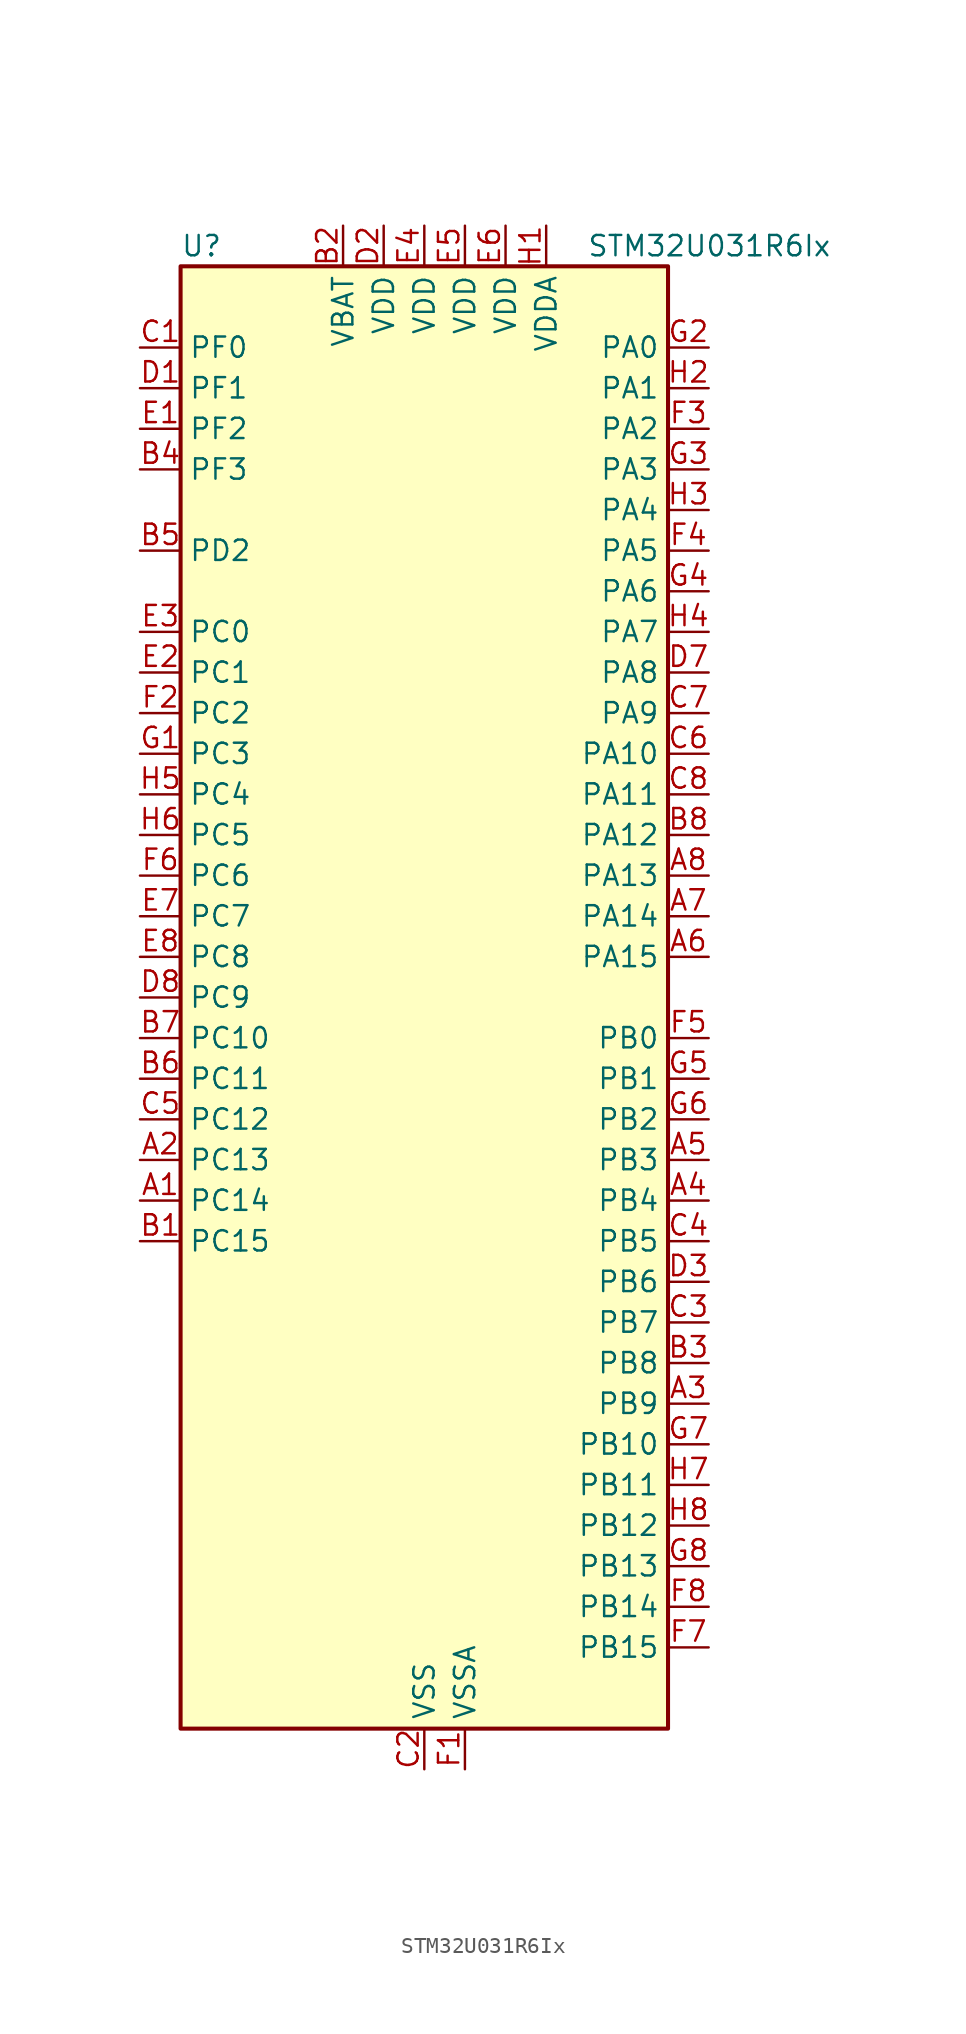
<source format=kicad_sym>
(kicad_symbol_lib
  (version 20241209)
  (generator "kicad_symbol_editor")
  (generator_version "9.0")
  (symbol "STM32U031R6Ix"
    (property "Reference" "U"
      (at -15.24 46.99 0)
      (effects (font (size 1.27 1.27)) (justify left)))
    (property "Value" "STM32U031R6Ix"
      (at 10.16 46.99 0)
      (effects (font (size 1.27 1.27)) (justify left)))
    (symbol "STM32U031R6Ix_0_1"
      (rectangle (start -15.24 -45.72) (end 15.24 45.72) (stroke (width 0.254) (type default)) (fill (type background))))
    (symbol "STM32U031R6Ix_1_1"
      (pin bidirectional line (at -17.78 40.64 0) (length 2.54) (name "PF0" (effects (font (size 1.27 1.27)))) (number "C1" (effects (font (size 1.27 1.27)))) (alternate "RCC_OSC_IN" bidirectional line))
      (pin bidirectional line (at -17.78 38.1 0) (length 2.54) (name "PF1" (effects (font (size 1.27 1.27)))) (number "D1" (effects (font (size 1.27 1.27)))) (alternate "RCC_OSC_EN" bidirectional line) (alternate "RCC_OSC_OUT" bidirectional line))
      (pin bidirectional line (at -17.78 35.56 0) (length 2.54) (name "PF2" (effects (font (size 1.27 1.27)))) (number "E1" (effects (font (size 1.27 1.27)))) (alternate "RCC_MCO" bidirectional line))
      (pin bidirectional line (at -17.78 33.02 0) (length 2.54) (name "PF3" (effects (font (size 1.27 1.27)))) (number "B4" (effects (font (size 1.27 1.27)))))
      (pin bidirectional line (at -17.78 27.94 0) (length 2.54) (name "PD2" (effects (font (size 1.27 1.27)))) (number "B5" (effects (font (size 1.27 1.27)))) (alternate "TIM3_ETR" bidirectional line) (alternate "TSC_SYNC" bidirectional line) (alternate "USART3_DE" bidirectional line) (alternate "USART3_RTS" bidirectional line))
      (pin bidirectional line (at -17.78 22.86 0) (length 2.54) (name "PC0" (effects (font (size 1.27 1.27)))) (number "E3" (effects (font (size 1.27 1.27)))) (alternate "ADC1_IN0" bidirectional line) (alternate "I2C3_SCL" bidirectional line) (alternate "LPTIM1_IN1" bidirectional line) (alternate "LPTIM2_IN1" bidirectional line) (alternate "LPUART1_RX" bidirectional line) (alternate "LPUART2_TX" bidirectional line))
      (pin bidirectional line (at -17.78 20.32 0) (length 2.54) (name "PC1" (effects (font (size 1.27 1.27)))) (number "E2" (effects (font (size 1.27 1.27)))) (alternate "ADC1_IN1" bidirectional line) (alternate "I2C3_SDA" bidirectional line) (alternate "LPTIM1_CH1" bidirectional line) (alternate "LPUART1_TX" bidirectional line) (alternate "LPUART2_RX" bidirectional line))
      (pin bidirectional line (at -17.78 17.78 0) (length 2.54) (name "PC2" (effects (font (size 1.27 1.27)))) (number "F2" (effects (font (size 1.27 1.27)))) (alternate "ADC1_IN2" bidirectional line) (alternate "LPTIM1_IN2" bidirectional line) (alternate "RCC_MCO2" bidirectional line) (alternate "SPI2_MISO" bidirectional line))
      (pin bidirectional line (at -17.78 15.24 0) (length 2.54) (name "PC3" (effects (font (size 1.27 1.27)))) (number "G1" (effects (font (size 1.27 1.27)))) (alternate "ADC1_IN3" bidirectional line) (alternate "LPTIM1_ETR" bidirectional line) (alternate "LPTIM2_ETR" bidirectional line) (alternate "SPI2_MOSI" bidirectional line) (alternate "USART4_CK" bidirectional line))
      (pin bidirectional line (at -17.78 12.7 0) (length 2.54) (name "PC4" (effects (font (size 1.27 1.27)))) (number "H5" (effects (font (size 1.27 1.27)))) (alternate "ADC1_IN15" bidirectional line) (alternate "COMP1_INM" bidirectional line) (alternate "USART3_TX" bidirectional line))
      (pin bidirectional line (at -17.78 10.16 0) (length 2.54) (name "PC5" (effects (font (size 1.27 1.27)))) (number "H6" (effects (font (size 1.27 1.27)))) (alternate "ADC1_IN16" bidirectional line) (alternate "COMP1_INP" bidirectional line) (alternate "PWR_WKUP5" bidirectional line) (alternate "TAMP_IN4" bidirectional line) (alternate "USART3_RX" bidirectional line))
      (pin bidirectional line (at -17.78 7.62 0) (length 2.54) (name "PC6" (effects (font (size 1.27 1.27)))) (number "F6" (effects (font (size 1.27 1.27)))) (alternate "COMP1_INP" bidirectional line) (alternate "LPUART2_TX" bidirectional line) (alternate "TIM3_CH1" bidirectional line) (alternate "TSC_G4_IO1" bidirectional line))
      (pin bidirectional line (at -17.78 5.08 0) (length 2.54) (name "PC7" (effects (font (size 1.27 1.27)))) (number "E7" (effects (font (size 1.27 1.27)))) (alternate "LPTIM2_CH2" bidirectional line) (alternate "LPUART2_RX" bidirectional line) (alternate "TIM3_CH2" bidirectional line) (alternate "TSC_G4_IO2" bidirectional line))
      (pin bidirectional line (at -17.78 2.54 0) (length 2.54) (name "PC8" (effects (font (size 1.27 1.27)))) (number "E8" (effects (font (size 1.27 1.27)))) (alternate "TIM3_CH3" bidirectional line) (alternate "TSC_G4_IO3" bidirectional line))
      (pin bidirectional line (at -17.78 0 0) (length 2.54) (name "PC9" (effects (font (size 1.27 1.27)))) (number "D8" (effects (font (size 1.27 1.27)))) (alternate "DAC1_EXTI9" bidirectional line) (alternate "TIM3_CH4" bidirectional line) (alternate "TSC_G4_IO4" bidirectional line))
      (pin bidirectional line (at -17.78 -2.54 0) (length 2.54) (name "PC10" (effects (font (size 1.27 1.27)))) (number "B7" (effects (font (size 1.27 1.27)))) (alternate "TSC_G3_IO2" bidirectional line) (alternate "USART3_TX" bidirectional line) (alternate "USART4_TX" bidirectional line))
      (pin bidirectional line (at -17.78 -5.08 0) (length 2.54) (name "PC11" (effects (font (size 1.27 1.27)))) (number "B6" (effects (font (size 1.27 1.27)))) (alternate "ADC1_EXTI11" bidirectional line) (alternate "TSC_G3_IO3" bidirectional line) (alternate "USART3_RX" bidirectional line) (alternate "USART4_RX" bidirectional line))
      (pin bidirectional line (at -17.78 -7.62 0) (length 2.54) (name "PC12" (effects (font (size 1.27 1.27)))) (number "C5" (effects (font (size 1.27 1.27)))) (alternate "USART3_CK" bidirectional line) (alternate "USART4_CK" bidirectional line))
      (pin bidirectional line (at -17.78 -10.16 0) (length 2.54) (name "PC13" (effects (font (size 1.27 1.27)))) (number "A2" (effects (font (size 1.27 1.27)))) (alternate "LPTIM1_CH3" bidirectional line) (alternate "PWR_WKUP2" bidirectional line) (alternate "RTC_OUT1" bidirectional line) (alternate "RTC_TS" bidirectional line) (alternate "TAMP_IN1" bidirectional line))
      (pin bidirectional line (at -17.78 -12.7 0) (length 2.54) (name "PC14" (effects (font (size 1.27 1.27)))) (number "A1" (effects (font (size 1.27 1.27)))) (alternate "RCC_OSC32_IN" bidirectional line))
      (pin bidirectional line (at -17.78 -15.24 0) (length 2.54) (name "PC15" (effects (font (size 1.27 1.27)))) (number "B1" (effects (font (size 1.27 1.27)))) (alternate "RCC_OSC32_EN" bidirectional line) (alternate "RCC_OSC32_OUT" bidirectional line) (alternate "RCC_OSC_EN" bidirectional line))
      (pin power_in line (at -5.08 48.26 270) (length 2.54) (name "VBAT" (effects (font (size 1.27 1.27)))) (number "B2" (effects (font (size 1.27 1.27)))))
      (pin power_in line (at -2.54 48.26 270) (length 2.54) (name "VDD" (effects (font (size 1.27 1.27)))) (number "D2" (effects (font (size 1.27 1.27)))))
      (pin power_in line (at 0 48.26 270) (length 2.54) (name "VDD" (effects (font (size 1.27 1.27)))) (number "E4" (effects (font (size 1.27 1.27)))))
      (pin power_in line (at 0 -48.26 90) (length 2.54) (name "VSS" (effects (font (size 1.27 1.27)))) (number "C2" (effects (font (size 1.27 1.27)))))
      (pin passive line (at 0 -48.26 90) (length 2.54) (hide yes) (name "VSS" (effects (font (size 1.27 1.27)))) (number "D4" (effects (font (size 1.27 1.27)))))
      (pin passive line (at 0 -48.26 90) (length 2.54) (hide yes) (name "VSS" (effects (font (size 1.27 1.27)))) (number "D5" (effects (font (size 1.27 1.27)))))
      (pin passive line (at 0 -48.26 90) (length 2.54) (hide yes) (name "VSS" (effects (font (size 1.27 1.27)))) (number "D6" (effects (font (size 1.27 1.27)))))
      (pin power_in line (at 2.54 48.26 270) (length 2.54) (name "VDD" (effects (font (size 1.27 1.27)))) (number "E5" (effects (font (size 1.27 1.27)))))
      (pin power_in line (at 2.54 -48.26 90) (length 2.54) (name "VSSA" (effects (font (size 1.27 1.27)))) (number "F1" (effects (font (size 1.27 1.27)))))
      (pin power_in line (at 5.08 48.26 270) (length 2.54) (name "VDD" (effects (font (size 1.27 1.27)))) (number "E6" (effects (font (size 1.27 1.27)))))
      (pin power_in line (at 7.62 48.26 270) (length 2.54) (name "VDDA" (effects (font (size 1.27 1.27)))) (number "H1" (effects (font (size 1.27 1.27)))))
      (pin bidirectional line (at 17.78 40.64 180) (length 2.54) (name "PA0" (effects (font (size 1.27 1.27)))) (number "G2" (effects (font (size 1.27 1.27)))) (alternate "ADC1_IN4" bidirectional line) (alternate "COMP1_INM" bidirectional line) (alternate "COMP1_OUT" bidirectional line) (alternate "OPAMP1_VINP" bidirectional line) (alternate "PWR_WKUP1" bidirectional line) (alternate "TAMP_IN2" bidirectional line) (alternate "TIM2_CH1" bidirectional line) (alternate "TIM2_ETR" bidirectional line) (alternate "USART2_CTS" bidirectional line) (alternate "USART4_TX" bidirectional line))
      (pin bidirectional line (at 17.78 38.1 180) (length 2.54) (name "PA1" (effects (font (size 1.27 1.27)))) (number "H2" (effects (font (size 1.27 1.27)))) (alternate "ADC1_IN5" bidirectional line) (alternate "COMP1_INP" bidirectional line) (alternate "LPTIM1_CH2" bidirectional line) (alternate "OPAMP1_VINM" bidirectional line) (alternate "PWR_WKUP3" bidirectional line) (alternate "SPI1_SCK" bidirectional line) (alternate "SPI2_SCK" bidirectional line) (alternate "TAMP_IN5" bidirectional line) (alternate "TIM15_CH1N" bidirectional line) (alternate "TIM2_CH2" bidirectional line) (alternate "USART2_DE" bidirectional line) (alternate "USART2_RTS" bidirectional line) (alternate "USART4_RX" bidirectional line))
      (pin bidirectional line (at 17.78 35.56 180) (length 2.54) (name "PA2" (effects (font (size 1.27 1.27)))) (number "F3" (effects (font (size 1.27 1.27)))) (alternate "ADC1_IN6" bidirectional line) (alternate "LPUART1_TX" bidirectional line) (alternate "PWR_WKUP4" bidirectional line) (alternate "RCC_LSCO" bidirectional line) (alternate "TIM15_CH1" bidirectional line) (alternate "TIM2_CH3" bidirectional line) (alternate "USART2_TX" bidirectional line))
      (pin bidirectional line (at 17.78 33.02 180) (length 2.54) (name "PA3" (effects (font (size 1.27 1.27)))) (number "G3" (effects (font (size 1.27 1.27)))) (alternate "ADC1_IN7" bidirectional line) (alternate "LPUART1_RX" bidirectional line) (alternate "OPAMP1_VOUT" bidirectional line) (alternate "TIM15_CH2" bidirectional line) (alternate "TIM2_CH4" bidirectional line) (alternate "USART2_RX" bidirectional line))
      (pin bidirectional line (at 17.78 30.48 180) (length 2.54) (name "PA4" (effects (font (size 1.27 1.27)))) (number "H3" (effects (font (size 1.27 1.27)))) (alternate "ADC1_IN8" bidirectional line) (alternate "COMP1_INM" bidirectional line) (alternate "DAC1_OUT1" bidirectional line) (alternate "LPTIM2_CH1" bidirectional line) (alternate "SPI1_NSS" bidirectional line) (alternate "USART2_CK" bidirectional line))
      (pin bidirectional line (at 17.78 27.94 180) (length 2.54) (name "PA5" (effects (font (size 1.27 1.27)))) (number "F4" (effects (font (size 1.27 1.27)))) (alternate "ADC1_IN9" bidirectional line) (alternate "COMP1_INM" bidirectional line) (alternate "LPTIM2_ETR" bidirectional line) (alternate "SPI1_SCK" bidirectional line) (alternate "TIM2_CH1" bidirectional line) (alternate "TIM2_ETR" bidirectional line) (alternate "USART3_TX" bidirectional line))
      (pin bidirectional line (at 17.78 25.4 180) (length 2.54) (name "PA6" (effects (font (size 1.27 1.27)))) (number "G4" (effects (font (size 1.27 1.27)))) (alternate "ADC1_IN10" bidirectional line) (alternate "COMP1_OUT" bidirectional line) (alternate "I2C2_SDA" bidirectional line) (alternate "I2C3_SDA" bidirectional line) (alternate "LPUART1_CTS" bidirectional line) (alternate "SPI1_MISO" bidirectional line) (alternate "TIM16_CH1" bidirectional line) (alternate "TIM1_BKIN" bidirectional line) (alternate "TIM3_CH1" bidirectional line) (alternate "TSC_G5_IO1" bidirectional line) (alternate "USART3_CTS" bidirectional line))
      (pin bidirectional line (at 17.78 22.86 180) (length 2.54) (name "PA7" (effects (font (size 1.27 1.27)))) (number "H4" (effects (font (size 1.27 1.27)))) (alternate "ADC1_IN14" bidirectional line) (alternate "I2C2_SCL" bidirectional line) (alternate "I2C3_SCL" bidirectional line) (alternate "LPTIM2_CH2" bidirectional line) (alternate "SPI1_MOSI" bidirectional line) (alternate "TIM1_CH1N" bidirectional line) (alternate "TIM3_CH2" bidirectional line) (alternate "USART3_RX" bidirectional line))
      (pin bidirectional line (at 17.78 20.32 180) (length 2.54) (name "PA8" (effects (font (size 1.27 1.27)))) (number "D7" (effects (font (size 1.27 1.27)))) (alternate "LPTIM2_CH1" bidirectional line) (alternate "RCC_MCO" bidirectional line) (alternate "RCC_MCO2" bidirectional line) (alternate "TIM1_CH1" bidirectional line) (alternate "TSC_G7_IO1" bidirectional line) (alternate "USART1_CK" bidirectional line))
      (pin bidirectional line (at 17.78 17.78 180) (length 2.54) (name "PA9" (effects (font (size 1.27 1.27)))) (number "C7" (effects (font (size 1.27 1.27)))) (alternate "COMP1_INP" bidirectional line) (alternate "DAC1_EXTI9" bidirectional line) (alternate "I2C1_SCL" bidirectional line) (alternate "I2C2_SCL" bidirectional line) (alternate "RCC_MCO" bidirectional line) (alternate "TIM15_BKIN" bidirectional line) (alternate "TIM1_CH2" bidirectional line) (alternate "TSC_G7_IO2" bidirectional line) (alternate "USART1_TX" bidirectional line))
      (pin bidirectional line (at 17.78 15.24 180) (length 2.54) (name "PA10" (effects (font (size 1.27 1.27)))) (number "C6" (effects (font (size 1.27 1.27)))) (alternate "I2C1_SDA" bidirectional line) (alternate "I2C2_SDA" bidirectional line) (alternate "RCC_MCO2" bidirectional line) (alternate "SPI2_NSS" bidirectional line) (alternate "TIM1_CH3" bidirectional line) (alternate "TSC_G7_IO3" bidirectional line) (alternate "USART1_RX" bidirectional line))
      (pin bidirectional line (at 17.78 12.7 180) (length 2.54) (name "PA11" (effects (font (size 1.27 1.27)))) (number "C8" (effects (font (size 1.27 1.27)))) (alternate "ADC1_EXTI11" bidirectional line) (alternate "COMP1_OUT" bidirectional line) (alternate "SPI1_MISO" bidirectional line) (alternate "SPI2_MISO" bidirectional line) (alternate "TIM1_BKIN2" bidirectional line) (alternate "TIM1_CH4" bidirectional line) (alternate "USART1_CTS" bidirectional line))
      (pin bidirectional line (at 17.78 10.16 180) (length 2.54) (name "PA12" (effects (font (size 1.27 1.27)))) (number "B8" (effects (font (size 1.27 1.27)))) (alternate "SPI1_MOSI" bidirectional line) (alternate "SPI2_MOSI" bidirectional line) (alternate "TIM1_ETR" bidirectional line) (alternate "USART1_DE" bidirectional line) (alternate "USART1_RTS" bidirectional line))
      (pin bidirectional line (at 17.78 7.62 180) (length 2.54) (name "PA13" (effects (font (size 1.27 1.27)))) (number "A8" (effects (font (size 1.27 1.27)))) (alternate "DEBUG_JTMS-SWDIO" bidirectional line) (alternate "IR_OUT" bidirectional line) (alternate "TSC_G7_IO4" bidirectional line))
      (pin bidirectional line (at 17.78 5.08 180) (length 2.54) (name "PA14" (effects (font (size 1.27 1.27)))) (number "A7" (effects (font (size 1.27 1.27)))) (alternate "DEBUG_JTCK-SWCLK" bidirectional line) (alternate "LPTIM1_CH1" bidirectional line) (alternate "TSC_G3_IO4" bidirectional line))
      (pin bidirectional line (at 17.78 2.54 180) (length 2.54) (name "PA15" (effects (font (size 1.27 1.27)))) (number "A6" (effects (font (size 1.27 1.27)))) (alternate "DEBUG_JTDI" bidirectional line) (alternate "SPI1_NSS" bidirectional line) (alternate "TIM2_CH1" bidirectional line) (alternate "TIM2_ETR" bidirectional line) (alternate "TSC_G3_IO1" bidirectional line) (alternate "USART2_RX" bidirectional line) (alternate "USART3_DE" bidirectional line) (alternate "USART3_RTS" bidirectional line) (alternate "USART4_DE" bidirectional line) (alternate "USART4_RTS" bidirectional line))
      (pin bidirectional line (at 17.78 -2.54 180) (length 2.54) (name "PB0" (effects (font (size 1.27 1.27)))) (number "F5" (effects (font (size 1.27 1.27)))) (alternate "ADC1_IN17" bidirectional line) (alternate "COMP1_OUT" bidirectional line) (alternate "LPUART2_CTS" bidirectional line) (alternate "SPI1_NSS" bidirectional line) (alternate "TIM1_CH2N" bidirectional line) (alternate "TIM3_CH3" bidirectional line) (alternate "TSC_G5_IO2" bidirectional line) (alternate "USART3_CK" bidirectional line))
      (pin bidirectional line (at 17.78 -5.08 180) (length 2.54) (name "PB1" (effects (font (size 1.27 1.27)))) (number "G5" (effects (font (size 1.27 1.27)))) (alternate "ADC1_IN18" bidirectional line) (alternate "COMP1_INM" bidirectional line) (alternate "LPTIM2_IN1" bidirectional line) (alternate "LPUART1_DE" bidirectional line) (alternate "LPUART1_RTS" bidirectional line) (alternate "LPUART2_DE" bidirectional line) (alternate "LPUART2_RTS" bidirectional line) (alternate "TIM1_CH3N" bidirectional line) (alternate "TIM3_CH4" bidirectional line) (alternate "TSC_SYNC" bidirectional line) (alternate "USART3_DE" bidirectional line) (alternate "USART3_RTS" bidirectional line))
      (pin bidirectional line (at 17.78 -7.62 180) (length 2.54) (name "PB2" (effects (font (size 1.27 1.27)))) (number "G6" (effects (font (size 1.27 1.27)))) (alternate "COMP1_INP" bidirectional line) (alternate "LPTIM1_CH1" bidirectional line) (alternate "RTC_OUT2" bidirectional line))
      (pin bidirectional line (at 17.78 -10.16 180) (length 2.54) (name "PB3" (effects (font (size 1.27 1.27)))) (number "A5" (effects (font (size 1.27 1.27)))) (alternate "DEBUG_JTDO-SWO" bidirectional line) (alternate "I2C2_SCL" bidirectional line) (alternate "I2C3_SCL" bidirectional line) (alternate "LPTIM1_CH3" bidirectional line) (alternate "SPI1_SCK" bidirectional line) (alternate "TIM2_CH2" bidirectional line) (alternate "USART1_DE" bidirectional line) (alternate "USART1_RTS" bidirectional line))
      (pin bidirectional line (at 17.78 -12.7 180) (length 2.54) (name "PB4" (effects (font (size 1.27 1.27)))) (number "A4" (effects (font (size 1.27 1.27)))) (alternate "I2C2_SDA" bidirectional line) (alternate "I2C3_SDA" bidirectional line) (alternate "LPTIM1_CH4" bidirectional line) (alternate "SPI1_MISO" bidirectional line) (alternate "TIM3_CH1" bidirectional line) (alternate "TSC_G2_IO1" bidirectional line) (alternate "USART1_CTS" bidirectional line))
      (pin bidirectional line (at 17.78 -15.24 180) (length 2.54) (name "PB5" (effects (font (size 1.27 1.27)))) (number "C4" (effects (font (size 1.27 1.27)))) (alternate "LPTIM1_IN1" bidirectional line) (alternate "SPI1_MOSI" bidirectional line) (alternate "TIM16_BKIN" bidirectional line) (alternate "TIM3_CH2" bidirectional line) (alternate "TSC_G2_IO2" bidirectional line) (alternate "USART1_CK" bidirectional line))
      (pin bidirectional line (at 17.78 -17.78 180) (length 2.54) (name "PB6" (effects (font (size 1.27 1.27)))) (number "D3" (effects (font (size 1.27 1.27)))) (alternate "I2C1_SCL" bidirectional line) (alternate "I2C2_SCL" bidirectional line) (alternate "LPTIM1_ETR" bidirectional line) (alternate "LPUART2_TX" bidirectional line) (alternate "TIM16_CH1N" bidirectional line) (alternate "TSC_G2_IO3" bidirectional line) (alternate "USART1_TX" bidirectional line))
      (pin bidirectional line (at 17.78 -20.32 180) (length 2.54) (name "PB7" (effects (font (size 1.27 1.27)))) (number "C3" (effects (font (size 1.27 1.27)))) (alternate "I2C1_SDA" bidirectional line) (alternate "I2C2_SDA" bidirectional line) (alternate "LPTIM1_IN2" bidirectional line) (alternate "LPUART2_RX" bidirectional line) (alternate "TSC_G2_IO4" bidirectional line) (alternate "USART1_RX" bidirectional line) (alternate "USART4_CTS" bidirectional line))
      (pin bidirectional line (at 17.78 -22.86 180) (length 2.54) (name "PB8" (effects (font (size 1.27 1.27)))) (number "B3" (effects (font (size 1.27 1.27)))) (alternate "I2C1_SCL" bidirectional line) (alternate "I2C2_SCL" bidirectional line) (alternate "LPTIM1_IN2" bidirectional line) (alternate "TIM16_CH1" bidirectional line) (alternate "USART3_TX" bidirectional line))
      (pin bidirectional line (at 17.78 -25.4 180) (length 2.54) (name "PB9" (effects (font (size 1.27 1.27)))) (number "A3" (effects (font (size 1.27 1.27)))) (alternate "DAC1_EXTI9" bidirectional line) (alternate "I2C1_SDA" bidirectional line) (alternate "I2C2_SDA" bidirectional line) (alternate "IR_OUT" bidirectional line) (alternate "LPTIM1_CH4" bidirectional line) (alternate "SPI2_NSS" bidirectional line) (alternate "USART3_RX" bidirectional line))
      (pin bidirectional line (at 17.78 -27.94 180) (length 2.54) (name "PB10" (effects (font (size 1.27 1.27)))) (number "G7" (effects (font (size 1.27 1.27)))) (alternate "COMP1_OUT" bidirectional line) (alternate "I2C2_SCL" bidirectional line) (alternate "LPUART1_RX" bidirectional line) (alternate "LPUART2_RX" bidirectional line) (alternate "SPI2_SCK" bidirectional line) (alternate "TIM2_CH3" bidirectional line) (alternate "TSC_G5_IO3" bidirectional line) (alternate "USART3_TX" bidirectional line))
      (pin bidirectional line (at 17.78 -30.48 180) (length 2.54) (name "PB11" (effects (font (size 1.27 1.27)))) (number "H7" (effects (font (size 1.27 1.27)))) (alternate "ADC1_EXTI11" bidirectional line) (alternate "I2C2_SDA" bidirectional line) (alternate "LPUART1_TX" bidirectional line) (alternate "LPUART2_TX" bidirectional line) (alternate "TIM2_CH4" bidirectional line) (alternate "TSC_G5_IO4" bidirectional line) (alternate "USART3_RX" bidirectional line))
      (pin bidirectional line (at 17.78 -33.02 180) (length 2.54) (name "PB12" (effects (font (size 1.27 1.27)))) (number "H8" (effects (font (size 1.27 1.27)))) (alternate "LPUART1_DE" bidirectional line) (alternate "LPUART1_RTS" bidirectional line) (alternate "SPI2_NSS" bidirectional line) (alternate "TIM15_BKIN" bidirectional line) (alternate "TIM1_BKIN" bidirectional line) (alternate "TSC_G1_IO1" bidirectional line) (alternate "USART3_CK" bidirectional line))
      (pin bidirectional line (at 17.78 -35.56 180) (length 2.54) (name "PB13" (effects (font (size 1.27 1.27)))) (number "G8" (effects (font (size 1.27 1.27)))) (alternate "I2C2_SCL" bidirectional line) (alternate "LPUART1_CTS" bidirectional line) (alternate "SPI2_SCK" bidirectional line) (alternate "TIM15_CH1N" bidirectional line) (alternate "TIM1_CH1N" bidirectional line) (alternate "TSC_G1_IO2" bidirectional line) (alternate "USART3_CTS" bidirectional line))
      (pin bidirectional line (at 17.78 -38.1 180) (length 2.54) (name "PB14" (effects (font (size 1.27 1.27)))) (number "F8" (effects (font (size 1.27 1.27)))) (alternate "I2C2_SDA" bidirectional line) (alternate "SPI2_MISO" bidirectional line) (alternate "TIM15_CH1" bidirectional line) (alternate "TIM1_CH2N" bidirectional line) (alternate "TSC_G1_IO3" bidirectional line) (alternate "USART3_DE" bidirectional line) (alternate "USART3_RTS" bidirectional line))
      (pin bidirectional line (at 17.78 -40.64 180) (length 2.54) (name "PB15" (effects (font (size 1.27 1.27)))) (number "F7" (effects (font (size 1.27 1.27)))) (alternate "PWR_WKUP7" bidirectional line) (alternate "RTC_REFIN" bidirectional line) (alternate "SPI2_MOSI" bidirectional line) (alternate "TAMP_IN3" bidirectional line) (alternate "TIM15_CH2" bidirectional line) (alternate "TIM1_CH3N" bidirectional line) (alternate "TSC_G1_IO4" bidirectional line)))))
</source>
